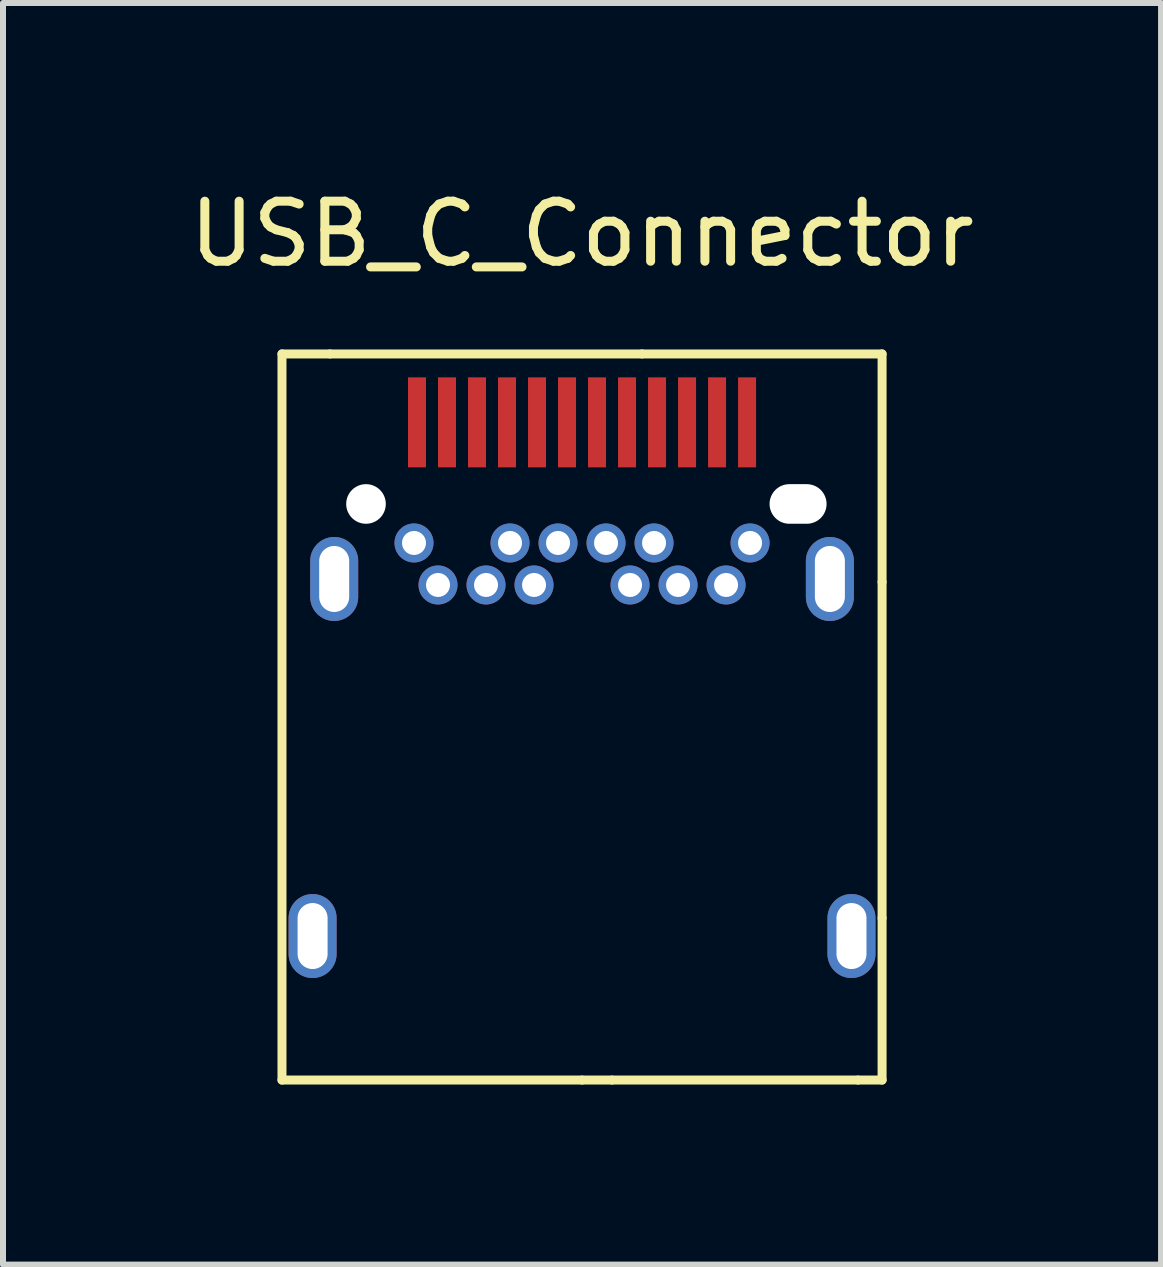
<source format=kicad_pcb>
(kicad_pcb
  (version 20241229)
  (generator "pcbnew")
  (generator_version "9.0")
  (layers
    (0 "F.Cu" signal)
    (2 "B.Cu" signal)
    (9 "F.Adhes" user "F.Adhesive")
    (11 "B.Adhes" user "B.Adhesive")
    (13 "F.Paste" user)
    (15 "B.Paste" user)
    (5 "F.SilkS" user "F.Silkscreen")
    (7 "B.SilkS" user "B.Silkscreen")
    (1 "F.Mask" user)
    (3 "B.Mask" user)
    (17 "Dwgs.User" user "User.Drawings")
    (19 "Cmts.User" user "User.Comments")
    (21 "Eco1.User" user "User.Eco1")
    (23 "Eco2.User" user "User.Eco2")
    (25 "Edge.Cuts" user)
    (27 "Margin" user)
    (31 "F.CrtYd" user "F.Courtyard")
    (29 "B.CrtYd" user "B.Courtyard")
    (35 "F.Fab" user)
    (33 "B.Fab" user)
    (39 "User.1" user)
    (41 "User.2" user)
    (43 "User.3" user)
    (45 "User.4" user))
  (footprint "USB_C_Connector"
    (layer "F.Cu")
    (at 6.649 5.348)
    (property "Reference" "USB_C_Connector" (at 0 -4.5 0) (layer "F.SilkS") (effects (font (size 1 1) (thickness 0.15))))
    (attr through_hole)
    (fp_line (start -5 -2.5) (end -5 9.6) (stroke (width 0.15) (type solid)) (layer "F.SilkS"))
    (fp_line (start -5 9.6) (end 0 9.6) (stroke (width 0.15) (type solid)) (layer "F.SilkS"))
    (fp_line (start -4.2 -2.5) (end -5 -2.5) (stroke (width 0.15) (type solid)) (layer "F.SilkS"))
    (fp_line (start 0 9.6) (end 0.5 9.6) (stroke (width 0.15) (type solid)) (layer "F.SilkS"))
    (fp_line (start 0.5 9.6) (end 4.6 9.6) (stroke (width 0.15) (type solid)) (layer "F.SilkS"))
    (fp_line (start 1 -2.5) (end -4.2 -2.5) (stroke (width 0.15) (type solid)) (layer "F.SilkS"))
    (fp_line (start 4.6 9.6) (end 5 9.6) (stroke (width 0.15) (type solid)) (layer "F.SilkS"))
    (fp_line (start 5 -2.5) (end 1 -2.5) (stroke (width 0.15) (type solid)) (layer "F.SilkS"))
    (fp_line (start 5 1.3) (end 5 -2.5) (stroke (width 0.15) (type solid)) (layer "F.SilkS"))
    (fp_line (start 5 6.9) (end 5 1.3) (stroke (width 0.15) (type solid)) (layer "F.SilkS"))
    (fp_line (start 5 9.6) (end 5 6.9) (stroke (width 0.15) (type solid)) (layer "F.SilkS"))
    (pad "" np_thru_hole circle (at -3.6 0) (size 0.66 0.66) (drill 0.66) (layers "*.Cu" "*.Mask"))
    (pad "" np_thru_hole oval (at 3.6 0) (size 0.95 0.66) (drill oval 0.95 0.66) (layers "*.Cu" "*.Mask"))
    (pad "0" thru_hole oval (at -4.49 7.2) (size 0.8 1.4) (drill oval 0.5 1.1) (layers "*.Cu" "*.Mask"))
    (pad "0" thru_hole oval (at -4.13 1.25) (size 0.8 1.4) (drill oval 0.5 1.1) (layers "*.Cu" "*.Mask"))
    (pad "0" thru_hole oval (at 4.13 1.25) (size 0.8 1.4) (drill oval 0.5 1.1) (layers "*.Cu" "*.Mask"))
    (pad "0" thru_hole oval (at 4.49 7.2) (size 0.8 1.4) (drill oval 0.5 1.1) (layers "*.Cu" "*.Mask"))
    (pad "A1" smd rect (at -2.75 -1.36) (size 0.3 1.5) (layers "F.Cu" "F.Mask" "F.Paste"))
    (pad "A2" smd rect (at -2.25 -1.36) (size 0.3 1.5) (layers "F.Cu" "F.Mask" "F.Paste"))
    (pad "A3" smd rect (at -1.75 -1.36) (size 0.3 1.5) (layers "F.Cu" "F.Mask" "F.Paste"))
    (pad "A4" smd rect (at -1.25 -1.36) (size 0.3 1.5) (layers "F.Cu" "F.Mask" "F.Paste"))
    (pad "A5" smd rect (at -0.75 -1.36) (size 0.3 1.5) (layers "F.Cu" "F.Mask" "F.Paste"))
    (pad "A6" smd rect (at -0.25 -1.36) (size 0.3 1.5) (layers "F.Cu" "F.Mask" "F.Paste"))
    (pad "A7" smd rect (at 0.25 -1.36) (size 0.3 1.5) (layers "F.Cu" "F.Mask" "F.Paste"))
    (pad "A8" smd rect (at 0.75 -1.36) (size 0.3 1.5) (layers "F.Cu" "F.Mask" "F.Paste"))
    (pad "A9" smd rect (at 1.25 -1.36) (size 0.3 1.5) (layers "F.Cu" "F.Mask" "F.Paste"))
    (pad "A10" smd rect (at 1.75 -1.36) (size 0.3 1.5) (layers "F.Cu" "F.Mask" "F.Paste"))
    (pad "A11" smd rect (at 2.25 -1.36) (size 0.3 1.5) (layers "F.Cu" "F.Mask" "F.Paste"))
    (pad "A12" smd rect (at 2.75 -1.36) (size 0.3 1.5) (layers "F.Cu" "F.Mask" "F.Paste"))
    (pad "B1" thru_hole circle (at 2.8 0.65) (size 0.65 0.65) (drill 0.4) (layers "*.Cu" "*.Mask"))
    (pad "B2" thru_hole circle (at 2.4 1.35) (size 0.65 0.65) (drill 0.4) (layers "*.Cu" "*.Mask"))
    (pad "B3" thru_hole circle (at 1.6 1.35) (size 0.65 0.65) (drill 0.4) (layers "*.Cu" "*.Mask"))
    (pad "B4" thru_hole circle (at 1.2 0.65) (size 0.65 0.65) (drill 0.4) (layers "*.Cu" "*.Mask"))
    (pad "B5" thru_hole circle (at 0.8 1.35) (size 0.65 0.65) (drill 0.4) (layers "*.Cu" "*.Mask"))
    (pad "B6" thru_hole circle (at 0.4 0.65) (size 0.65 0.65) (drill 0.4) (layers "*.Cu" "*.Mask"))
    (pad "B7" thru_hole circle (at -0.4 0.65) (size 0.65 0.65) (drill 0.4) (layers "*.Cu" "*.Mask"))
    (pad "B8" thru_hole circle (at -0.8 1.35) (size 0.65 0.65) (drill 0.4) (layers "*.Cu" "*.Mask"))
    (pad "B9" thru_hole circle (at -1.2 0.65) (size 0.65 0.65) (drill 0.4) (layers "*.Cu" "*.Mask"))
    (pad "B10" thru_hole circle (at -1.6 1.35) (size 0.65 0.65) (drill 0.4) (layers "*.Cu" "*.Mask"))
    (pad "B11" thru_hole circle (at -2.4 1.35) (size 0.65 0.65) (drill 0.4) (layers "*.Cu" "*.Mask"))
    (pad "B12" thru_hole circle (at -2.8 0.65) (size 0.65 0.65) (drill 0.4) (layers "*.Cu" "*.Mask")))
  (gr_rect
    (start -3 -3)
    (end 16.298 18.023)
    (stroke (width 0.1) (type default))
    (fill no)
    (layer "Edge.Cuts")))
</source>
